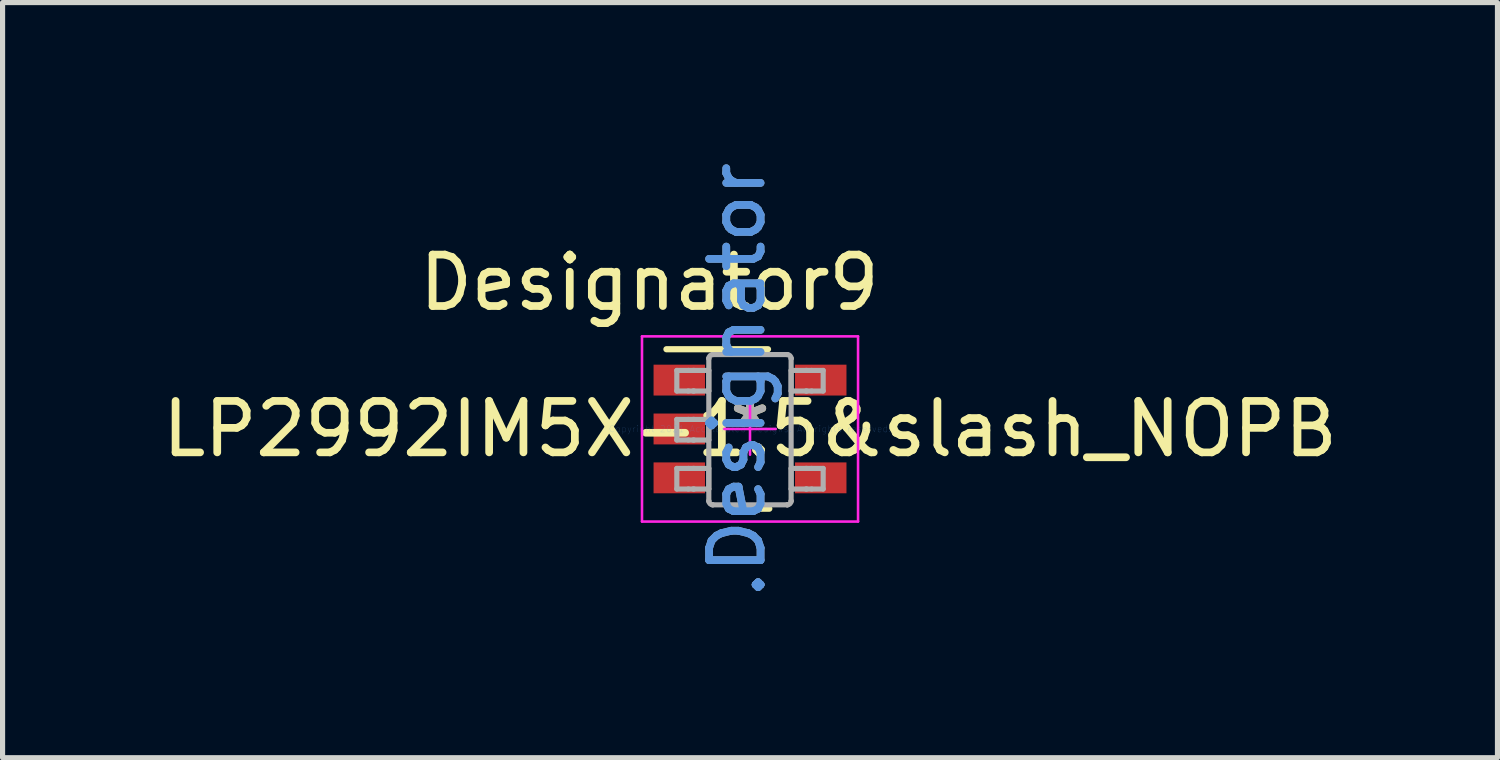
<source format=kicad_pcb>
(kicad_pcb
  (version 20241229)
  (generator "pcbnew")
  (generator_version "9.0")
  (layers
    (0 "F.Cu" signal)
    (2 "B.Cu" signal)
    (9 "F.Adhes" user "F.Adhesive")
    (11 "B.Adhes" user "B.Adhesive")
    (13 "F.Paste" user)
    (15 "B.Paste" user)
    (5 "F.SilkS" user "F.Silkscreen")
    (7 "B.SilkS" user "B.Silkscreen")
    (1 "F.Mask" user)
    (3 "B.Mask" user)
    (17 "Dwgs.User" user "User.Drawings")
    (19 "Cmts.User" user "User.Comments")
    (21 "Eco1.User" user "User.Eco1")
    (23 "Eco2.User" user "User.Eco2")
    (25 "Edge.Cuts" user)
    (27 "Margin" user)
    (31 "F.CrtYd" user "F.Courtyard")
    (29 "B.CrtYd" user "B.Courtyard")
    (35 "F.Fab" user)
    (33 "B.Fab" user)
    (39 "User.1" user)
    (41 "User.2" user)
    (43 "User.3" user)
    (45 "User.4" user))
  (footprint "LP2992IM5X-1.5&slash_NOPB"
    (layer "F.Cu")
    (at 11.53 5.289)
    (property "Reference" "LP2992IM5X-1.5&slash_NOPB" (at 0 0 0) (layer "F.SilkS") (effects (font (size 1 1) (thickness 0.15))))
    (attr through_hole)
    (fp_line (start -1.625 -1.55) (end 0.35 -1.55) (stroke (width 0.12) (type solid)) (layer "F.SilkS"))
    (fp_line (start -0.4 1.55) (end 0.375 1.55) (stroke (width 0.12) (type solid)) (layer "F.SilkS"))
    (fp_line (start -2.1 -1.8) (end 2.1 -1.8) (stroke (width 0.05) (type solid)) (layer "F.CrtYd"))
    (fp_line (start -2.1 1.8) (end -2.1 -1.8) (stroke (width 0.05) (type solid)) (layer "F.CrtYd"))
    (fp_line (start -2.1 1.8) (end 2.1 1.8) (stroke (width 0.05) (type solid)) (layer "F.CrtYd"))
    (fp_line (start -0.5 0) (end 0.5 0) (stroke (width 0.05) (type solid)) (layer "F.CrtYd"))
    (fp_line (start 0 0.5) (end 0 -0.5) (stroke (width 0.05) (type solid)) (layer "F.CrtYd"))
    (fp_line (start 2.1 1.8) (end 2.1 -1.8) (stroke (width 0.05) (type solid)) (layer "F.CrtYd"))
    (fp_line (start -1.423 -1.138) (end -1.199 -1.138) (stroke (width 0.1) (type solid)) (layer "F.Fab"))
    (fp_line (start -1.423 -0.738) (end -1.423 -1.138) (stroke (width 0.1) (type solid)) (layer "F.Fab"))
    (fp_line (start -1.423 -0.738) (end -1.199 -0.738) (stroke (width 0.1) (type solid)) (layer "F.Fab"))
    (fp_line (start -1.423 -0.186) (end -1.199 -0.186) (stroke (width 0.1) (type solid)) (layer "F.Fab"))
    (fp_line (start -1.423 0.215) (end -1.423 -0.186) (stroke (width 0.1) (type solid)) (layer "F.Fab"))
    (fp_line (start -1.423 0.215) (end -1.199 0.215) (stroke (width 0.1) (type solid)) (layer "F.Fab"))
    (fp_line (start -1.423 0.767) (end -1.199 0.767) (stroke (width 0.1) (type solid)) (layer "F.Fab"))
    (fp_line (start -1.423 1.167) (end -1.423 0.767) (stroke (width 0.1) (type solid)) (layer "F.Fab"))
    (fp_line (start -1.423 1.167) (end -1.199 1.167) (stroke (width 0.1) (type solid)) (layer "F.Fab"))
    (fp_line (start -1.199 -1.138) (end -1.105 -1.138) (stroke (width 0.1) (type solid)) (layer "F.Fab"))
    (fp_line (start -1.199 -0.738) (end -1.105 -0.738) (stroke (width 0.1) (type solid)) (layer "F.Fab"))
    (fp_line (start -1.199 -0.186) (end -1.105 -0.186) (stroke (width 0.1) (type solid)) (layer "F.Fab"))
    (fp_line (start -1.199 0.215) (end -1.105 0.215) (stroke (width 0.1) (type solid)) (layer "F.Fab"))
    (fp_line (start -1.199 0.767) (end -1.105 0.767) (stroke (width 0.1) (type solid)) (layer "F.Fab"))
    (fp_line (start -1.199 1.167) (end -1.105 1.167) (stroke (width 0.1) (type solid)) (layer "F.Fab"))
    (fp_line (start -1.105 -1.138) (end -1.088 -1.138) (stroke (width 0.1) (type solid)) (layer "F.Fab"))
    (fp_line (start -1.105 -0.738) (end -1.088 -0.738) (stroke (width 0.1) (type solid)) (layer "F.Fab"))
    (fp_line (start -1.105 -0.186) (end -1.088 -0.186) (stroke (width 0.1) (type solid)) (layer "F.Fab"))
    (fp_line (start -1.105 0.215) (end -1.088 0.215) (stroke (width 0.1) (type solid)) (layer "F.Fab"))
    (fp_line (start -1.105 0.767) (end -1.088 0.767) (stroke (width 0.1) (type solid)) (layer "F.Fab"))
    (fp_line (start -1.105 1.167) (end -1.088 1.167) (stroke (width 0.1) (type solid)) (layer "F.Fab"))
    (fp_line (start -1.088 -1.138) (end -0.835 -1.138) (stroke (width 0.1) (type solid)) (layer "F.Fab"))
    (fp_line (start -1.088 -0.738) (end -0.835 -0.738) (stroke (width 0.1) (type solid)) (layer "F.Fab"))
    (fp_line (start -1.088 -0.186) (end -0.835 -0.186) (stroke (width 0.1) (type solid)) (layer "F.Fab"))
    (fp_line (start -1.088 0.215) (end -0.835 0.215) (stroke (width 0.1) (type solid)) (layer "F.Fab"))
    (fp_line (start -1.088 0.767) (end -0.835 0.767) (stroke (width 0.1) (type solid)) (layer "F.Fab"))
    (fp_line (start -1.088 1.167) (end -0.835 1.167) (stroke (width 0.1) (type solid)) (layer "F.Fab"))
    (fp_line (start -0.835 -1.138) (end -0.801 -1.138) (stroke (width 0.1) (type solid)) (layer "F.Fab"))
    (fp_line (start -0.835 -0.738) (end -0.801 -0.738) (stroke (width 0.1) (type solid)) (layer "F.Fab"))
    (fp_line (start -0.835 -0.186) (end -0.801 -0.186) (stroke (width 0.1) (type solid)) (layer "F.Fab"))
    (fp_line (start -0.835 0.215) (end -0.801 0.215) (stroke (width 0.1) (type solid)) (layer "F.Fab"))
    (fp_line (start -0.835 0.767) (end -0.801 0.767) (stroke (width 0.1) (type solid)) (layer "F.Fab"))
    (fp_line (start -0.835 1.167) (end -0.801 1.167) (stroke (width 0.1) (type solid)) (layer "F.Fab"))
    (fp_line (start -0.801 -1.37) (end -0.801 -1.371) (stroke (width 0.1) (type solid)) (layer "F.Fab"))
    (fp_line (start -0.801 -0.738) (end -0.801 -1.138) (stroke (width 0.1) (type solid)) (layer "F.Fab"))
    (fp_line (start -0.801 0.215) (end -0.801 -0.186) (stroke (width 0.1) (type solid)) (layer "F.Fab"))
    (fp_line (start -0.801 1.167) (end -0.801 0.767) (stroke (width 0.1) (type solid)) (layer "F.Fab"))
    (fp_line (start -0.801 1.399) (end -0.801 -1.37) (stroke (width 0.1) (type solid)) (layer "F.Fab"))
    (fp_line (start -0.801 1.4) (end -0.801 1.399) (stroke (width 0.1) (type solid)) (layer "F.Fab"))
    (fp_line (start -0.725 -1.446) (end -0.725 -1.446) (stroke (width 0.1) (type solid)) (layer "F.Fab"))
    (fp_line (start -0.725 1.475) (end -0.725 1.475) (stroke (width 0.1) (type solid)) (layer "F.Fab"))
    (fp_line (start -0.725 -1.446) (end 0.723 -1.446) (stroke (width 0.1) (type solid)) (layer "F.Fab"))
    (fp_line (start -0.725 1.475) (end 0.723 1.475) (stroke (width 0.1) (type solid)) (layer "F.Fab"))
    (fp_line (start 0.723 -1.446) (end 0.724 -1.446) (stroke (width 0.1) (type solid)) (layer "F.Fab"))
    (fp_line (start 0.723 1.475) (end 0.724 1.475) (stroke (width 0.1) (type solid)) (layer "F.Fab"))
    (fp_line (start 0.799 -1.37) (end 0.799 -1.371) (stroke (width 0.1) (type solid)) (layer "F.Fab"))
    (fp_line (start 0.799 -1.138) (end 0.834 -1.138) (stroke (width 0.1) (type solid)) (layer "F.Fab"))
    (fp_line (start 0.799 -0.738) (end 0.799 -1.138) (stroke (width 0.1) (type solid)) (layer "F.Fab"))
    (fp_line (start 0.799 -0.738) (end 0.834 -0.738) (stroke (width 0.1) (type solid)) (layer "F.Fab"))
    (fp_line (start 0.799 0.767) (end 0.834 0.767) (stroke (width 0.1) (type solid)) (layer "F.Fab"))
    (fp_line (start 0.799 1.167) (end 0.799 0.767) (stroke (width 0.1) (type solid)) (layer "F.Fab"))
    (fp_line (start 0.799 1.167) (end 0.834 1.167) (stroke (width 0.1) (type solid)) (layer "F.Fab"))
    (fp_line (start 0.799 1.399) (end 0.799 -1.37) (stroke (width 0.1) (type solid)) (layer "F.Fab"))
    (fp_line (start 0.799 1.4) (end 0.799 1.399) (stroke (width 0.1) (type solid)) (layer "F.Fab"))
    (fp_line (start 0.834 -1.138) (end 1.087 -1.138) (stroke (width 0.1) (type solid)) (layer "F.Fab"))
    (fp_line (start 0.834 -0.738) (end 1.087 -0.738) (stroke (width 0.1) (type solid)) (layer "F.Fab"))
    (fp_line (start 0.834 0.767) (end 1.087 0.767) (stroke (width 0.1) (type solid)) (layer "F.Fab"))
    (fp_line (start 0.834 1.167) (end 1.087 1.167) (stroke (width 0.1) (type solid)) (layer "F.Fab"))
    (fp_line (start 1.087 -1.138) (end 1.103 -1.138) (stroke (width 0.1) (type solid)) (layer "F.Fab"))
    (fp_line (start 1.087 -0.738) (end 1.103 -0.738) (stroke (width 0.1) (type solid)) (layer "F.Fab"))
    (fp_line (start 1.087 0.767) (end 1.103 0.767) (stroke (width 0.1) (type solid)) (layer "F.Fab"))
    (fp_line (start 1.087 1.167) (end 1.103 1.167) (stroke (width 0.1) (type solid)) (layer "F.Fab"))
    (fp_line (start 1.103 -1.138) (end 1.198 -1.138) (stroke (width 0.1) (type solid)) (layer "F.Fab"))
    (fp_line (start 1.103 -0.738) (end 1.198 -0.738) (stroke (width 0.1) (type solid)) (layer "F.Fab"))
    (fp_line (start 1.103 0.767) (end 1.198 0.767) (stroke (width 0.1) (type solid)) (layer "F.Fab"))
    (fp_line (start 1.103 1.167) (end 1.198 1.167) (stroke (width 0.1) (type solid)) (layer "F.Fab"))
    (fp_line (start 1.198 -1.138) (end 1.422 -1.138) (stroke (width 0.1) (type solid)) (layer "F.Fab"))
    (fp_line (start 1.198 -0.738) (end 1.422 -0.738) (stroke (width 0.1) (type solid)) (layer "F.Fab"))
    (fp_line (start 1.198 0.767) (end 1.422 0.767) (stroke (width 0.1) (type solid)) (layer "F.Fab"))
    (fp_line (start 1.198 1.167) (end 1.422 1.167) (stroke (width 0.1) (type solid)) (layer "F.Fab"))
    (fp_line (start 1.422 -0.738) (end 1.422 -1.138) (stroke (width 0.1) (type solid)) (layer "F.Fab"))
    (fp_line (start 1.422 1.167) (end 1.422 0.767) (stroke (width 0.1) (type solid)) (layer "F.Fab"))
    (fp_arc (start -0.80074 -1.370841) (mid -0.778218 -1.423887) (end -0.724999 -1.445998) (stroke (width 0.1) (type solid)) (layer "F.Fab"))
    (fp_arc (start -0.724999 1.474999) (mid -0.778213 1.452901) (end -0.80074 1.399867) (stroke (width 0.1) (type solid)) (layer "F.Fab"))
    (fp_arc (start 0.723715 -1.445998) (mid 0.776933 -1.423886) (end 0.799455 -1.37084) (stroke (width 0.1) (type solid)) (layer "F.Fab"))
    (fp_arc (start 0.799456 1.399868) (mid 0.776928 1.452902) (end 0.723713 1.475) (stroke (width 0.1) (type solid)) (layer "F.Fab"))
    (fp_text user "*" (at 0 0 0) (layer "F.SilkS") (effects (font (size 1 1) (thickness 0.15))))
    (fp_text user "Designator9" (at -1.956 -2.845 0) (layer "F.SilkS") (effects (font (size 1 1) (thickness 0.15))))
    (fp_text user "Copyright 2021 Accelerated Designs. All rights reserved." (at 0 0 0) (layer "Cmts.User") (effects (font (size 0.127 0.127) (thickness 0.002))))
    (fp_text user ".Designator" (at -0.25 -0.95 270) (layer "Cmts.User") (effects (font (size 1 1) (thickness 0.15))))
    (fp_text user "*" (at 0 0 0) (layer "F.Fab") (effects (font (size 1 1) (thickness 0.15))))
    (fp_text user ".Designator" (at -0.25 -0.95 270) (layer "F.Fab") (effects (font (size 1 1) (thickness 0.15))))
    (pad "1" smd rect (at -1.375 -0.95 90) (size 0.6 1) (layers "F.Cu" "F.Mask" "F.Paste"))
    (pad "2" smd rect (at -1.375 0 90) (size 0.6 1) (layers "F.Cu" "F.Mask" "F.Paste"))
    (pad "3" smd rect (at -1.375 0.95 90) (size 0.6 1) (layers "F.Cu" "F.Mask" "F.Paste"))
    (pad "4" smd rect (at 1.375 0.95 90) (size 0.6 1) (layers "F.Cu" "F.Mask" "F.Paste"))
    (pad "5" smd rect (at 1.375 -0.95 90) (size 0.6 1) (layers "F.Cu" "F.Mask" "F.Paste")))
  (gr_rect
    (start -3 -3)
    (end 26.06 11.679)
    (stroke (width 0.1) (type default))
    (fill no)
    (layer "Edge.Cuts")))
</source>
